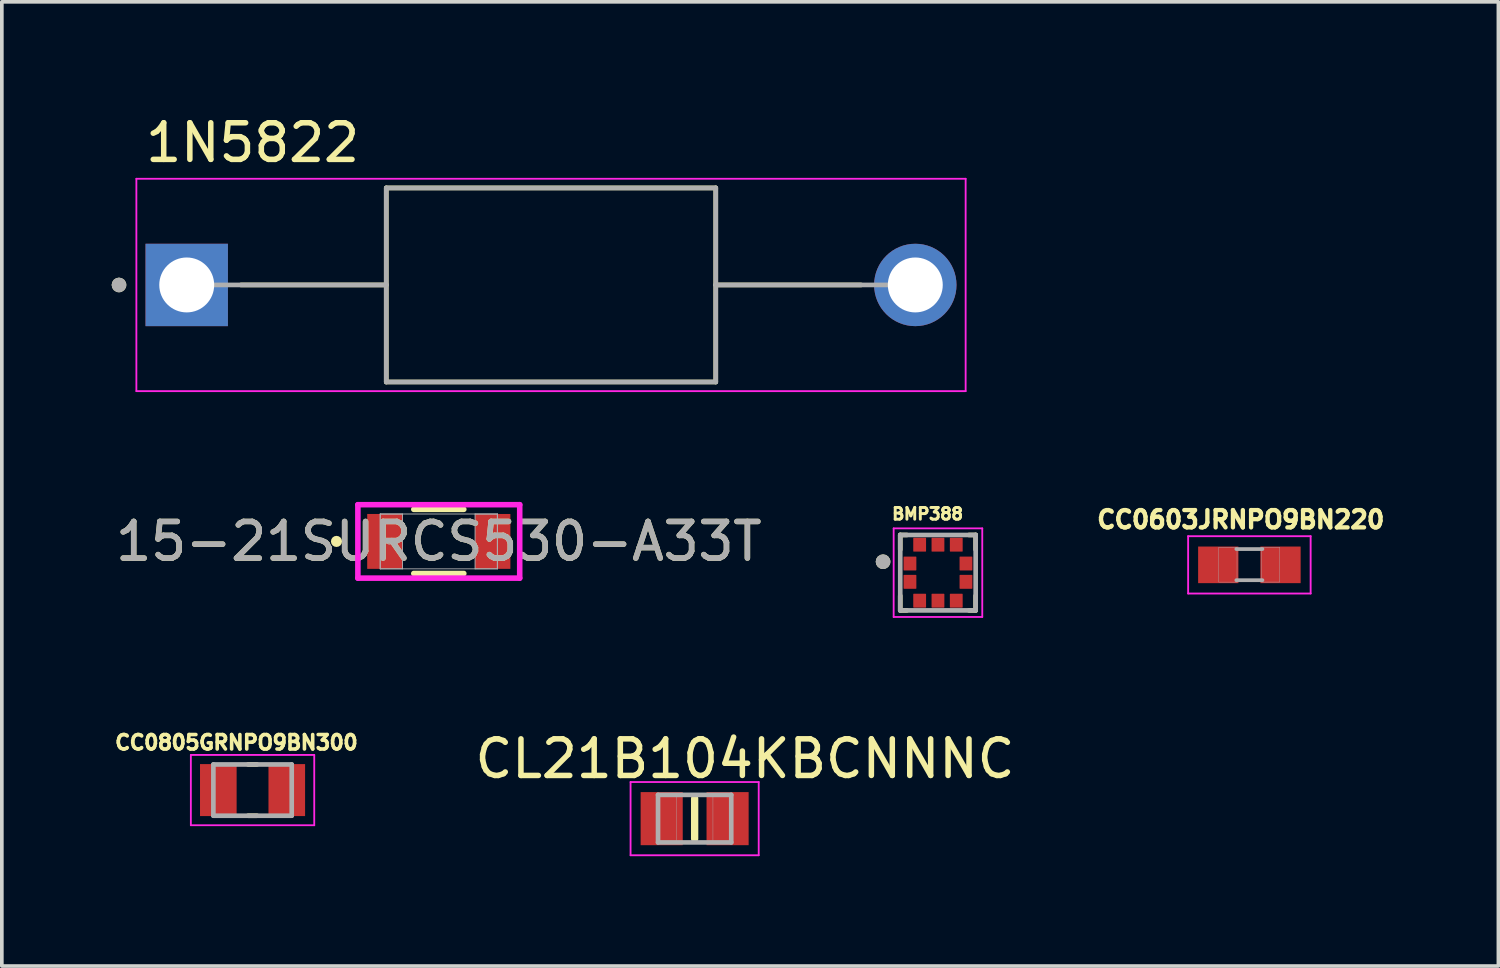
<source format=kicad_pcb>
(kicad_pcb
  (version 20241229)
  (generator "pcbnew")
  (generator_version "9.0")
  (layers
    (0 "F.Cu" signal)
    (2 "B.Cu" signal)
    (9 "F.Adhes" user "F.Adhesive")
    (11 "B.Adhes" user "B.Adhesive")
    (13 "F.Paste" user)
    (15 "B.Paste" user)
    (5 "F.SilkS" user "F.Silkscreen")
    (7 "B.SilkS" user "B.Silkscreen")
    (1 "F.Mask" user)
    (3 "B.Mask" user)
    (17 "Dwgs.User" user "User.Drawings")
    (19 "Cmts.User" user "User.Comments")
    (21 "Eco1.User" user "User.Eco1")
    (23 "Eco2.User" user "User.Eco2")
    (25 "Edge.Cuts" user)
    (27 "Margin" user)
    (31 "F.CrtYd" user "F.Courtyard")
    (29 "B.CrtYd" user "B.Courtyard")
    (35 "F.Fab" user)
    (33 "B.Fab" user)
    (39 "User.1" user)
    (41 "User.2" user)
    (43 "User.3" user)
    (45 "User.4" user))
  (footprint "CC0603JRNPO9BN220"
    (layer "F.Cu")
    (at 31.075 12.378)
    (property "Reference" "CC0603JRNPO9BN220" (at -0.235 -1.236 0) (layer "F.SilkS") (effects (font (size 0.473 0.473) (thickness 0.15))))
    (attr smd)
    (fp_line (start -1.673 -0.783) (end 1.673 -0.783) (stroke (width 0.051) (type solid)) (layer "F.CrtYd"))
    (fp_line (start -1.673 0.783) (end -1.673 -0.783) (stroke (width 0.051) (type solid)) (layer "F.CrtYd"))
    (fp_line (start 1.673 -0.783) (end 1.673 0.783) (stroke (width 0.051) (type solid)) (layer "F.CrtYd"))
    (fp_line (start 1.673 0.783) (end -1.673 0.783) (stroke (width 0.051) (type solid)) (layer "F.CrtYd"))
    (fp_line (start -0.356 -0.432) (end 0.356 -0.432) (stroke (width 0.102) (type solid)) (layer "F.Fab"))
    (fp_line (start -0.356 0.419) (end 0.356 0.419) (stroke (width 0.102) (type solid)) (layer "F.Fab"))
    (fp_poly (pts (xy -0.84 -0.48) (xy -0.338 -0.48) (xy -0.338 0.471) (xy -0.84 0.471)) (stroke (width 0.01) (type solid)) (fill no) (layer "F.Fab"))
    (fp_poly (pts (xy 0.33 -0.48) (xy 0.83 -0.48) (xy 0.83 0.47) (xy 0.33 0.47)) (stroke (width 0.01) (type solid)) (fill no) (layer "F.Fab"))
    (pad "1" smd rect (at -0.85 0) (size 1.1 1) (layers "F.Cu" "F.Mask" "F.Paste"))
    (pad "2" smd rect (at 0.85 0) (size 1.1 1) (layers "F.Cu" "F.Mask" "F.Paste")))
  (footprint "CC0805GRNPO9BN300"
    (layer "F.Cu")
    (at 3.848 18.53)
    (property "Reference" "CC0805GRNPO9BN300" (at -0.44 -1.3 0) (layer "F.SilkS") (effects (font (size 0.394 0.394) (thickness 0.15))))
    (attr smd)
    (fp_line (start -0.12 -0.7) (end 0.12 -0.7) (stroke (width 0.127) (type solid)) (layer "F.SilkS"))
    (fp_line (start -0.12 0.7) (end 0.12 0.7) (stroke (width 0.127) (type solid)) (layer "F.SilkS"))
    (fp_line (start -1.685 -0.96) (end 1.685 -0.96) (stroke (width 0.05) (type solid)) (layer "F.CrtYd"))
    (fp_line (start -1.685 0.96) (end -1.685 -0.96) (stroke (width 0.05) (type solid)) (layer "F.CrtYd"))
    (fp_line (start -1.685 0.96) (end 1.685 0.96) (stroke (width 0.05) (type solid)) (layer "F.CrtYd"))
    (fp_line (start 1.685 0.96) (end 1.685 -0.96) (stroke (width 0.05) (type solid)) (layer "F.CrtYd"))
    (fp_line (start -1.07 0.7) (end -1.07 -0.7) (stroke (width 0.127) (type solid)) (layer "F.Fab"))
    (fp_line (start 1.07 -0.7) (end -1.07 -0.7) (stroke (width 0.127) (type solid)) (layer "F.Fab"))
    (fp_line (start 1.07 0.7) (end -1.07 0.7) (stroke (width 0.127) (type solid)) (layer "F.Fab"))
    (fp_line (start 1.07 0.7) (end 1.07 -0.7) (stroke (width 0.127) (type solid)) (layer "F.Fab"))
    (pad "1" smd rect (at -0.935 0) (size 1 1.42) (layers "F.Cu" "F.Mask" "F.Paste"))
    (pad "2" smd rect (at 0.935 0) (size 1 1.42) (layers "F.Cu" "F.Mask" "F.Paste")))
  (footprint "15-21SURCS530-A33T"
    (layer "F.Cu")
    (at 8.935 11.738)
    (property "Reference" "15-21SURCS530-A33T" (at 0 0 0) (unlocked yes) (layer "F.SilkS") (effects (font (size 1 1) (thickness 0.15))))
    (attr smd)
    (fp_line (start -0.683 0.876) (end 0.683 0.876) (stroke (width 0.152) (type solid)) (layer "F.SilkS"))
    (fp_line (start 0.683 -0.876) (end -0.683 -0.876) (stroke (width 0.152) (type solid)) (layer "F.SilkS"))
    (fp_circle (center -2.794 0) (end -2.718 0) (stroke (width 0.152) (type solid)) (fill no) (layer "F.SilkS"))
    (fp_line (start -2.21 -1.003) (end 2.21 -1.003) (stroke (width 0.152) (type solid)) (layer "F.CrtYd"))
    (fp_line (start -2.21 1.003) (end -2.21 -1.003) (stroke (width 0.152) (type solid)) (layer "F.CrtYd"))
    (fp_line (start 2.21 -1.003) (end 2.21 1.003) (stroke (width 0.152) (type solid)) (layer "F.CrtYd"))
    (fp_line (start 2.21 1.003) (end -2.21 1.003) (stroke (width 0.152) (type solid)) (layer "F.CrtYd"))
    (fp_line (start -1.6 -0.749) (end -1.6 0.749) (stroke (width 0.025) (type solid)) (layer "F.Fab"))
    (fp_line (start -1.6 -0.749) (end -1.6 0.749) (stroke (width 0.025) (type solid)) (layer "F.Fab"))
    (fp_line (start -1.6 0.749) (end -0.991 0.749) (stroke (width 0.025) (type solid)) (layer "F.Fab"))
    (fp_line (start -1.6 0.749) (end 1.6 0.749) (stroke (width 0.025) (type solid)) (layer "F.Fab"))
    (fp_line (start -0.991 -0.749) (end -1.6 -0.749) (stroke (width 0.025) (type solid)) (layer "F.Fab"))
    (fp_line (start -0.991 0.749) (end -0.991 -0.749) (stroke (width 0.025) (type solid)) (layer "F.Fab"))
    (fp_line (start 0.991 -0.749) (end 0.991 0.749) (stroke (width 0.025) (type solid)) (layer "F.Fab"))
    (fp_line (start 0.991 0.749) (end 1.6 0.749) (stroke (width 0.025) (type solid)) (layer "F.Fab"))
    (fp_line (start 1.6 -0.749) (end -1.6 -0.749) (stroke (width 0.025) (type solid)) (layer "F.Fab"))
    (fp_line (start 1.6 -0.749) (end 0.991 -0.749) (stroke (width 0.025) (type solid)) (layer "F.Fab"))
    (fp_line (start 1.6 0.749) (end 1.6 -0.749) (stroke (width 0.025) (type solid)) (layer "F.Fab"))
    (fp_line (start 1.6 0.749) (end 1.6 -0.749) (stroke (width 0.025) (type solid)) (layer "F.Fab"))
    (fp_circle (center -1.346 0) (end -1.27 0) (stroke (width 0.025) (type solid)) (fill no) (layer "F.Fab"))
    (fp_text user "${REFERENCE}" (at 0 0 0) (unlocked yes) (layer "F.Fab") (effects (font (size 1 1) (thickness 0.15))))
    (pad "1" smd rect (at -1.473 0) (size 0.965 1.499) (layers "F.Cu" "F.Mask" "F.Paste"))
    (pad "2" smd rect (at 1.473 0) (size 0.965 1.499) (layers "F.Cu" "F.Mask" "F.Paste"))
    (zone (net_name "") (layer "F.Cu") (hatch full 0.508) (connect_pads) (min_thickness 0.254) (filled_areas_thickness no) (keepout (tracks not_allowed) (vias not_allowed) (pads allowed) (copperpour not_allowed) (footprints allowed)) (placement (enabled no)) (fill) (polygon (pts (xy 7.995 11.039) (xy 9.874 11.039) (xy 9.874 12.436) (xy 7.995 12.436)))))
  (footprint "1N5822"
    (layer "F.Cu")
    (at 12 4.733)
    (property "Reference" "1N5822" (at -8.15 -3.885 0) (layer "F.SilkS") (effects (font (size 1 1) (thickness 0.15))))
    (attr through_hole)
    (fp_line (start -4.5 -2.65) (end -4.5 0) (stroke (width 0.127) (type solid)) (layer "F.SilkS"))
    (fp_line (start -4.5 0) (end -8.47 0) (stroke (width 0.127) (type solid)) (layer "F.SilkS"))
    (fp_line (start -4.5 0) (end -4.5 2.65) (stroke (width 0.127) (type solid)) (layer "F.SilkS"))
    (fp_line (start -4.5 2.65) (end 4.5 2.65) (stroke (width 0.127) (type solid)) (layer "F.SilkS"))
    (fp_line (start 4.5 -2.65) (end -4.5 -2.65) (stroke (width 0.127) (type solid)) (layer "F.SilkS"))
    (fp_line (start 4.5 0) (end 4.5 -2.65) (stroke (width 0.127) (type solid)) (layer "F.SilkS"))
    (fp_line (start 4.5 0) (end 8.47 0) (stroke (width 0.127) (type solid)) (layer "F.SilkS"))
    (fp_line (start 4.5 2.65) (end 4.5 0) (stroke (width 0.127) (type solid)) (layer "F.SilkS"))
    (fp_circle (center -11.8 0) (end -11.7 0) (stroke (width 0.2) (type solid)) (fill no) (layer "F.SilkS"))
    (fp_line (start -11.325 -2.9) (end -11.325 2.9) (stroke (width 0.05) (type solid)) (layer "F.CrtYd"))
    (fp_line (start -11.325 2.9) (end 11.325 2.9) (stroke (width 0.05) (type solid)) (layer "F.CrtYd"))
    (fp_line (start 11.325 -2.9) (end -11.325 -2.9) (stroke (width 0.05) (type solid)) (layer "F.CrtYd"))
    (fp_line (start 11.325 2.9) (end 11.325 -2.9) (stroke (width 0.05) (type solid)) (layer "F.CrtYd"))
    (fp_line (start -4.5 -2.65) (end -4.5 0) (stroke (width 0.127) (type solid)) (layer "F.Fab"))
    (fp_line (start -4.5 0) (end -9.95 0) (stroke (width 0.127) (type solid)) (layer "F.Fab"))
    (fp_line (start -4.5 0) (end -4.5 2.65) (stroke (width 0.127) (type solid)) (layer "F.Fab"))
    (fp_line (start -4.5 2.65) (end 4.5 2.65) (stroke (width 0.127) (type solid)) (layer "F.Fab"))
    (fp_line (start 4.5 -2.65) (end -4.5 -2.65) (stroke (width 0.127) (type solid)) (layer "F.Fab"))
    (fp_line (start 4.5 0) (end 4.5 -2.65) (stroke (width 0.127) (type solid)) (layer "F.Fab"))
    (fp_line (start 4.5 0) (end 9.95 0) (stroke (width 0.127) (type solid)) (layer "F.Fab"))
    (fp_line (start 4.5 2.65) (end 4.5 0) (stroke (width 0.127) (type solid)) (layer "F.Fab"))
    (fp_circle (center -11.8 0) (end -11.7 0) (stroke (width 0.2) (type solid)) (fill no) (layer "F.Fab"))
    (pad "A" thru_hole circle (at 9.95 0) (size 2.25 2.25) (drill 1.5) (layers "*.Cu" "*.Mask"))
    (pad "C" thru_hole rect (at -9.95 0) (size 2.25 2.25) (drill 1.5) (layers "*.Cu" "*.Mask")))
  (footprint "CL21B104KBCNNNC"
    (layer "F.Cu")
    (at 15.923 19.31)
    (property "Reference" "CL21B104KBCNNNC" (at 1.375 -1.635 0) (layer "F.SilkS") (effects (font (size 1 1) (thickness 0.15))))
    (attr smd)
    (fp_line (start 0 -0.55) (end 0 0.55) (stroke (width 0.2) (type solid)) (layer "F.SilkS"))
    (fp_line (start -1.75 -1) (end 1.75 -1) (stroke (width 0.05) (type solid)) (layer "F.CrtYd"))
    (fp_line (start -1.75 1) (end -1.75 -1) (stroke (width 0.05) (type solid)) (layer "F.CrtYd"))
    (fp_line (start 1.75 -1) (end 1.75 1) (stroke (width 0.05) (type solid)) (layer "F.CrtYd"))
    (fp_line (start 1.75 1) (end -1.75 1) (stroke (width 0.05) (type solid)) (layer "F.CrtYd"))
    (fp_line (start -1 -0.65) (end 1 -0.65) (stroke (width 0.127) (type solid)) (layer "F.Fab"))
    (fp_line (start -1 0.65) (end -1 -0.65) (stroke (width 0.127) (type solid)) (layer "F.Fab"))
    (fp_line (start 1 -0.65) (end 1 0.65) (stroke (width 0.127) (type solid)) (layer "F.Fab"))
    (fp_line (start 1 0.65) (end -1 0.65) (stroke (width 0.127) (type solid)) (layer "F.Fab"))
    (fp_poly (pts (xy -1 -0.65) (xy -0.5 -0.65) (xy -0.5 0.65) (xy -1 0.65)) (stroke (width 0.01) (type solid)) (fill no) (layer "F.Fab"))
    (fp_poly (pts (xy 0.5 -0.65) (xy 1 -0.65) (xy 1 0.65) (xy 0.5 0.65)) (stroke (width 0.01) (type solid)) (fill no) (layer "F.Fab"))
    (pad "1" smd rect (at -0.9 0) (size 1.15 1.45) (layers "F.Cu" "F.Mask" "F.Paste"))
    (pad "2" smd rect (at 0.9 0) (size 1.15 1.45) (layers "F.Cu" "F.Mask" "F.Paste")))
  (footprint "BMP388"
    (layer "F.Cu")
    (at 22.569 12.592)
    (property "Reference" "BMP388" (at -0.284 -1.605 0) (layer "F.SilkS") (effects (font (size 0.32 0.32) (thickness 0.15))))
    (attr smd)
    (fp_line (start -1.03 -1.03) (end -0.85 -1.03) (stroke (width 0.127) (type solid)) (layer "F.SilkS"))
    (fp_line (start -1.03 -0.63) (end -1.03 -1.03) (stroke (width 0.127) (type solid)) (layer "F.SilkS"))
    (fp_line (start -1.03 1.03) (end -1.03 0.63) (stroke (width 0.127) (type solid)) (layer "F.SilkS"))
    (fp_line (start -0.85 1.03) (end -1.03 1.03) (stroke (width 0.127) (type solid)) (layer "F.SilkS"))
    (fp_line (start 0.85 -1.03) (end 1.03 -1.03) (stroke (width 0.127) (type solid)) (layer "F.SilkS"))
    (fp_line (start 0.85 1.03) (end 1.03 1.03) (stroke (width 0.127) (type solid)) (layer "F.SilkS"))
    (fp_line (start 1.03 -1.03) (end 1.03 -0.63) (stroke (width 0.127) (type solid)) (layer "F.SilkS"))
    (fp_line (start 1.03 1.03) (end 1.03 0.63) (stroke (width 0.127) (type solid)) (layer "F.SilkS"))
    (fp_circle (center -1.5 -0.3) (end -1.4 -0.3) (stroke (width 0.2) (type solid)) (fill no) (layer "F.SilkS"))
    (fp_line (start -1.21 -1.21) (end 1.21 -1.21) (stroke (width 0.05) (type solid)) (layer "F.CrtYd"))
    (fp_line (start -1.21 1.21) (end -1.21 -1.21) (stroke (width 0.05) (type solid)) (layer "F.CrtYd"))
    (fp_line (start 1.21 -1.21) (end 1.21 1.21) (stroke (width 0.05) (type solid)) (layer "F.CrtYd"))
    (fp_line (start 1.21 1.21) (end -1.21 1.21) (stroke (width 0.05) (type solid)) (layer "F.CrtYd"))
    (fp_line (start -1.03 -1.03) (end 1.03 -1.03) (stroke (width 0.127) (type solid)) (layer "F.Fab"))
    (fp_line (start -1.03 1.03) (end -1.03 -1.03) (stroke (width 0.127) (type solid)) (layer "F.Fab"))
    (fp_line (start 1.03 -1.03) (end 1.03 1.03) (stroke (width 0.127) (type solid)) (layer "F.Fab"))
    (fp_line (start 1.03 1.03) (end -1.03 1.03) (stroke (width 0.127) (type solid)) (layer "F.Fab"))
    (fp_circle (center -1.5 -0.3) (end -1.4 -0.3) (stroke (width 0.2) (type solid)) (fill no) (layer "F.Fab"))
    (pad "1" smd roundrect (at -0.765 -0.25) (size 0.35 0.38) (layers "F.Cu" "F.Mask" "F.Paste") (roundrect_rratio 0.045))
    (pad "2" smd roundrect (at -0.765 0.25) (size 0.35 0.38) (layers "F.Cu" "F.Mask" "F.Paste") (roundrect_rratio 0.045))
    (pad "3" smd roundrect (at -0.5 0.765) (size 0.35 0.38) (layers "F.Cu" "F.Mask" "F.Paste") (roundrect_rratio 0.045))
    (pad "4" smd roundrect (at 0 0.765) (size 0.35 0.38) (layers "F.Cu" "F.Mask" "F.Paste") (roundrect_rratio 0.045))
    (pad "5" smd roundrect (at 0.5 0.765) (size 0.35 0.38) (layers "F.Cu" "F.Mask" "F.Paste") (roundrect_rratio 0.045))
    (pad "6" smd roundrect (at 0.765 0.25) (size 0.35 0.38) (layers "F.Cu" "F.Mask" "F.Paste") (roundrect_rratio 0.045))
    (pad "7" smd roundrect (at 0.765 -0.25) (size 0.35 0.38) (layers "F.Cu" "F.Mask" "F.Paste") (roundrect_rratio 0.045))
    (pad "8" smd roundrect (at 0.5 -0.765) (size 0.35 0.38) (layers "F.Cu" "F.Mask" "F.Paste") (roundrect_rratio 0.045))
    (pad "9" smd roundrect (at 0 -0.765) (size 0.35 0.38) (layers "F.Cu" "F.Mask" "F.Paste") (roundrect_rratio 0.045))
    (pad "10" smd roundrect (at -0.5 -0.765) (size 0.35 0.38) (layers "F.Cu" "F.Mask" "F.Paste") (roundrect_rratio 0.045)))
  (gr_rect
    (start -3 -3)
    (end 37.876 23.335)
    (stroke (width 0.1) (type default))
    (fill no)
    (layer "Edge.Cuts")))
</source>
